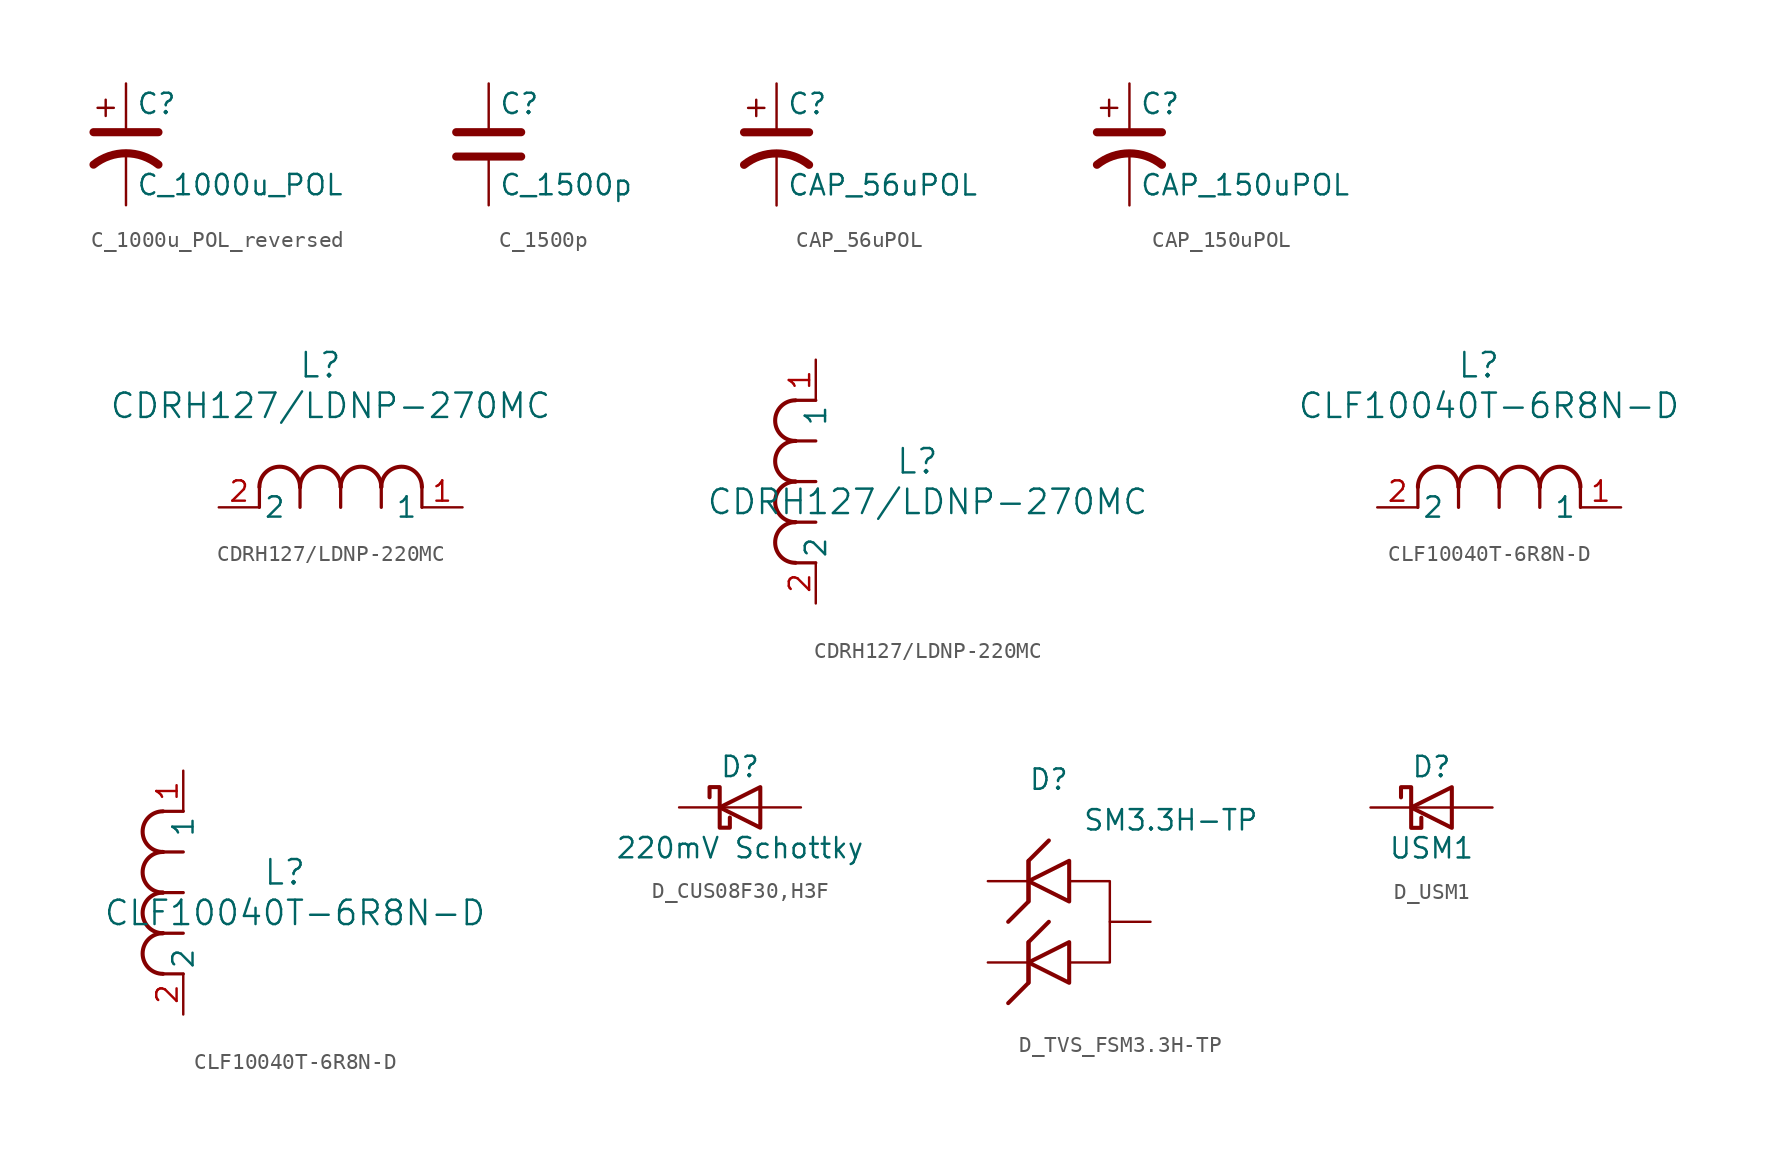
<source format=kicad_sym>
(kicad_symbol_lib
  (version 20231120)
  (generator "kicad_symbol_editor")
  (generator_version "8.0")
  (symbol "C_1000u_POL_reversed"
    (pin_numbers hide)
    (pin_names
      (offset 0.254) hide)
    (property "Reference" "C"
      (at 0.635 2.54 0)
      (effects (font (size 1.27 1.27)) (justify left)))
    (property "Value" "C_1000u_POL"
      (at 0.635 -2.54 0)
      (effects (font (size 1.27 1.27)) (justify left)))
    (symbol "C_1000u_POL_reversed_0_1"
      (polyline (pts (xy -2.032 0.762) (xy 2.032 0.762)) (stroke (width 0.508) (type default)) (fill (type none)))
      (polyline (pts (xy -1.778 2.286) (xy -0.762 2.286)) (stroke (width 0) (type default)) (fill (type none)))
      (polyline (pts (xy -1.27 1.778) (xy -1.27 2.794)) (stroke (width 0) (type default)) (fill (type none)))
      (arc (start 2.032 -1.27) (mid 0 -0.5572) (end -2.032 -1.27) (stroke (width 0.508) (type default)) (fill (type none))))
    (symbol "C_1000u_POL_reversed_1_1"
      (pin passive line (at 0 3.81 270) (length 2.794) (name "~" (effects (font (size 1.27 1.27)))) (number "1" (effects (font (size 1.27 1.27)))))
      (pin passive line (at 0 -3.81 90) (length 3.302) (name "~" (effects (font (size 1.27 1.27)))) (number "2" (effects (font (size 1.27 1.27)))))))
  (symbol "C_1500p"
    (pin_numbers hide)
    (pin_names
      (offset 0.254))
    (property "Reference" "C"
      (at 0.635 2.54 0)
      (effects (font (size 1.27 1.27)) (justify left)))
    (property "Value" "C_1500p"
      (at 0.635 -2.54 0)
      (effects (font (size 1.27 1.27)) (justify left)))
    (symbol "C_1500p_0_1"
      (polyline (pts (xy -2.032 -0.762) (xy 2.032 -0.762)) (stroke (width 0.508) (type default)) (fill (type none)))
      (polyline (pts (xy -2.032 0.762) (xy 2.032 0.762)) (stroke (width 0.508) (type default)) (fill (type none))))
    (symbol "C_1500p_1_1"
      (pin passive line (at 0 3.81 270) (length 2.794) (name "~" (effects (font (size 1.27 1.27)))) (number "1" (effects (font (size 1.27 1.27)))))
      (pin passive line (at 0 -3.81 90) (length 2.794) (name "~" (effects (font (size 1.27 1.27)))) (number "2" (effects (font (size 1.27 1.27)))))))
  (symbol "CAP_56uPOL"
    (pin_numbers hide)
    (pin_names
      (offset 0.254) hide)
    (property "Reference" "C"
      (at 0.635 2.54 0)
      (effects (font (size 1.27 1.27)) (justify left)))
    (property "Value" "CAP_56uPOL"
      (at 0.635 -2.54 0)
      (effects (font (size 1.27 1.27)) (justify left)))
    (symbol "CAP_56uPOL_0_1"
      (polyline (pts (xy -2.032 0.762) (xy 2.032 0.762)) (stroke (width 0.508) (type default)) (fill (type none)))
      (polyline (pts (xy -1.778 2.286) (xy -0.762 2.286)) (stroke (width 0) (type default)) (fill (type none)))
      (polyline (pts (xy -1.27 1.778) (xy -1.27 2.794)) (stroke (width 0) (type default)) (fill (type none)))
      (arc (start 2.032 -1.27) (mid 0 -0.5572) (end -2.032 -1.27) (stroke (width 0.508) (type default)) (fill (type none))))
    (symbol "CAP_56uPOL_1_1"
      (pin passive line (at 0 3.81 270) (length 2.794) (name "~" (effects (font (size 1.27 1.27)))) (number "1" (effects (font (size 1.27 1.27)))))
      (pin passive line (at 0 -3.81 90) (length 3.302) (name "~" (effects (font (size 1.27 1.27)))) (number "2" (effects (font (size 1.27 1.27)))))))
  (symbol "CAP_150uPOL"
    (pin_numbers hide)
    (pin_names
      (offset 0.254) hide)
    (property "Reference" "C"
      (at 0.635 2.54 0)
      (effects (font (size 1.27 1.27)) (justify left)))
    (property "Value" "CAP_150uPOL"
      (at 0.635 -2.54 0)
      (effects (font (size 1.27 1.27)) (justify left)))
    (symbol "CAP_150uPOL_0_1"
      (polyline (pts (xy -2.032 0.762) (xy 2.032 0.762)) (stroke (width 0.508) (type default)) (fill (type none)))
      (polyline (pts (xy -1.778 2.286) (xy -0.762 2.286)) (stroke (width 0) (type default)) (fill (type none)))
      (polyline (pts (xy -1.27 1.778) (xy -1.27 2.794)) (stroke (width 0) (type default)) (fill (type none)))
      (arc (start 2.032 -1.27) (mid 0 -0.5572) (end -2.032 -1.27) (stroke (width 0.508) (type default)) (fill (type none))))
    (symbol "CAP_150uPOL_1_1"
      (pin passive line (at 0 3.81 270) (length 2.794) (name "~" (effects (font (size 1.27 1.27)))) (number "1" (effects (font (size 1.27 1.27)))))
      (pin passive line (at 0 -3.81 90) (length 3.302) (name "~" (effects (font (size 1.27 1.27)))) (number "2" (effects (font (size 1.27 1.27)))))))
  (symbol "CDRH127/LDNP-220MC"
    (pin_names
      (offset 0.254))
    (property "Reference" "L"
      (at 6.35 8.89 0)
      (effects (font (size 1.524 1.524))))
    (property "Value" "CDRH127/LDNP-270MC"
      (at 6.985 6.35 0)
      (effects (font (size 1.524 1.524))))
    (symbol "CDRH127/LDNP-220MC_1_1"
      (polyline (pts (xy 2.54 0) (xy 2.54 1.27)) (stroke (width 0.203) (type default)) (fill (type none)))
      (polyline (pts (xy 5.08 0) (xy 5.08 1.27)) (stroke (width 0.203) (type default)) (fill (type none)))
      (polyline (pts (xy 7.62 0) (xy 7.62 1.27)) (stroke (width 0.203) (type default)) (fill (type none)))
      (polyline (pts (xy 10.16 0) (xy 10.16 1.27)) (stroke (width 0.203) (type default)) (fill (type none)))
      (polyline (pts (xy 12.7 0) (xy 12.7 1.27)) (stroke (width 0.203) (type default)) (fill (type none)))
      (arc (start 5.08 1.27) (mid 3.81 2.5345) (end 2.54 1.27) (stroke (width 0.254) (type default)) (fill (type none)))
      (arc (start 7.62 1.27) (mid 6.35 2.5345) (end 5.08 1.27) (stroke (width 0.254) (type default)) (fill (type none)))
      (arc (start 10.16 1.27) (mid 8.89 2.5345) (end 7.62 1.27) (stroke (width 0.254) (type default)) (fill (type none)))
      (arc (start 12.7 1.27) (mid 11.43 2.5345) (end 10.16 1.27) (stroke (width 0.254) (type default)) (fill (type none)))
      (pin unspecified line (at 15.24 0 180) (length 2.54) (name "1" (effects (font (size 1.27 1.27)))) (number "1" (effects (font (size 1.27 1.27)))))
      (pin unspecified line (at 0 0 0) (length 2.54) (name "2" (effects (font (size 1.27 1.27)))) (number "2" (effects (font (size 1.27 1.27))))))
    (symbol "CDRH127/LDNP-220MC_1_2"
      (arc (start -1.27 5.08) (mid -2.5345 3.81) (end -1.27 2.54) (stroke (width 0.254) (type default)) (fill (type none)))
      (arc (start -1.27 7.62) (mid -2.5345 6.35) (end -1.27 5.08) (stroke (width 0.254) (type default)) (fill (type none)))
      (arc (start -1.27 10.16) (mid -2.5345 8.89) (end -1.27 7.62) (stroke (width 0.254) (type default)) (fill (type none)))
      (arc (start -1.27 12.7) (mid -2.5345 11.43) (end -1.27 10.16) (stroke (width 0.254) (type default)) (fill (type none)))
      (polyline (pts (xy 0 2.54) (xy -1.27 2.54)) (stroke (width 0.203) (type default)) (fill (type none)))
      (polyline (pts (xy 0 5.08) (xy -1.27 5.08)) (stroke (width 0.203) (type default)) (fill (type none)))
      (polyline (pts (xy 0 7.62) (xy -1.27 7.62)) (stroke (width 0.203) (type default)) (fill (type none)))
      (polyline (pts (xy 0 10.16) (xy -1.27 10.16)) (stroke (width 0.203) (type default)) (fill (type none)))
      (polyline (pts (xy 0 12.7) (xy -1.27 12.7)) (stroke (width 0.203) (type default)) (fill (type none)))
      (pin unspecified line (at 0 15.24 270) (length 2.54) (name "1" (effects (font (size 1.27 1.27)))) (number "1" (effects (font (size 1.27 1.27)))))
      (pin unspecified line (at 0 0 90) (length 2.54) (name "2" (effects (font (size 1.27 1.27)))) (number "2" (effects (font (size 1.27 1.27)))))))
  (symbol "CLF10040T-6R8N-D"
    (pin_names
      (offset 0.254))
    (property "Reference" "L"
      (at 6.35 8.89 0)
      (effects (font (size 1.524 1.524))))
    (property "Value" "CLF10040T-6R8N-D"
      (at 6.985 6.35 0)
      (effects (font (size 1.524 1.524))))
    (symbol "CLF10040T-6R8N-D_1_1"
      (polyline (pts (xy 2.54 0) (xy 2.54 1.27)) (stroke (width 0.203) (type default)) (fill (type none)))
      (polyline (pts (xy 5.08 0) (xy 5.08 1.27)) (stroke (width 0.203) (type default)) (fill (type none)))
      (polyline (pts (xy 7.62 0) (xy 7.62 1.27)) (stroke (width 0.203) (type default)) (fill (type none)))
      (polyline (pts (xy 10.16 0) (xy 10.16 1.27)) (stroke (width 0.203) (type default)) (fill (type none)))
      (polyline (pts (xy 12.7 0) (xy 12.7 1.27)) (stroke (width 0.203) (type default)) (fill (type none)))
      (arc (start 5.08 1.27) (mid 3.81 2.5345) (end 2.54 1.27) (stroke (width 0.254) (type default)) (fill (type none)))
      (arc (start 7.62 1.27) (mid 6.35 2.5345) (end 5.08 1.27) (stroke (width 0.254) (type default)) (fill (type none)))
      (arc (start 10.16 1.27) (mid 8.89 2.5345) (end 7.62 1.27) (stroke (width 0.254) (type default)) (fill (type none)))
      (arc (start 12.7 1.27) (mid 11.43 2.5345) (end 10.16 1.27) (stroke (width 0.254) (type default)) (fill (type none)))
      (pin unspecified line (at 15.24 0 180) (length 2.54) (name "1" (effects (font (size 1.27 1.27)))) (number "1" (effects (font (size 1.27 1.27)))))
      (pin unspecified line (at 0 0 0) (length 2.54) (name "2" (effects (font (size 1.27 1.27)))) (number "2" (effects (font (size 1.27 1.27))))))
    (symbol "CLF10040T-6R8N-D_1_2"
      (arc (start -1.27 5.08) (mid -2.5345 3.81) (end -1.27 2.54) (stroke (width 0.254) (type default)) (fill (type none)))
      (arc (start -1.27 7.62) (mid -2.5345 6.35) (end -1.27 5.08) (stroke (width 0.254) (type default)) (fill (type none)))
      (arc (start -1.27 10.16) (mid -2.5345 8.89) (end -1.27 7.62) (stroke (width 0.254) (type default)) (fill (type none)))
      (arc (start -1.27 12.7) (mid -2.5345 11.43) (end -1.27 10.16) (stroke (width 0.254) (type default)) (fill (type none)))
      (polyline (pts (xy 0 2.54) (xy -1.27 2.54)) (stroke (width 0.203) (type default)) (fill (type none)))
      (polyline (pts (xy 0 5.08) (xy -1.27 5.08)) (stroke (width 0.203) (type default)) (fill (type none)))
      (polyline (pts (xy 0 7.62) (xy -1.27 7.62)) (stroke (width 0.203) (type default)) (fill (type none)))
      (polyline (pts (xy 0 10.16) (xy -1.27 10.16)) (stroke (width 0.203) (type default)) (fill (type none)))
      (polyline (pts (xy 0 12.7) (xy -1.27 12.7)) (stroke (width 0.203) (type default)) (fill (type none)))
      (pin unspecified line (at 0 15.24 270) (length 2.54) (name "1" (effects (font (size 1.27 1.27)))) (number "1" (effects (font (size 1.27 1.27)))))
      (pin unspecified line (at 0 0 90) (length 2.54) (name "2" (effects (font (size 1.27 1.27)))) (number "2" (effects (font (size 1.27 1.27)))))))
  (symbol "D_CUS08F30,H3F"
    (pin_numbers hide)
    (pin_names
      (offset 1.016) hide)
    (property "Reference" "D"
      (at 0 2.54 0)
      (effects (font (size 1.27 1.27))))
    (property "Value" "220mV Schottky"
      (at 0 -2.54 0)
      (effects (font (size 1.27 1.27))))
    (symbol "D_CUS08F30,H3F_0_1"
      (polyline (pts (xy 1.27 0) (xy -1.27 0)) (stroke (width 0) (type default)) (fill (type none)))
      (polyline (pts (xy 1.27 1.27) (xy 1.27 -1.27) (xy -1.27 0) (xy 1.27 1.27)) (stroke (width 0.254) (type default)) (fill (type none)))
      (polyline (pts (xy -1.905 0.635) (xy -1.905 1.27) (xy -1.27 1.27) (xy -1.27 -1.27) (xy -0.635 -1.27) (xy -0.635 -0.635)) (stroke (width 0.254) (type default)) (fill (type none))))
    (symbol "D_CUS08F30,H3F_1_1"
      (pin passive line (at -3.81 0 0) (length 2.54) (name "K" (effects (font (size 1.27 1.27)))) (number "1" (effects (font (size 1.27 1.27)))))
      (pin passive line (at 3.81 0 180) (length 2.54) (name "A" (effects (font (size 1.27 1.27)))) (number "2" (effects (font (size 1.27 1.27)))))))
  (symbol "D_TVS_FSM3.3H-TP"
    (pin_numbers hide)
    (pin_names
      (offset 1.016) hide)
    (property "Reference" "D"
      (at 0 8.89 0)
      (effects (font (size 1.27 1.27))))
    (property "Value" "SM3.3H-TP"
      (at 7.62 6.35 0)
      (effects (font (size 1.27 1.27))))
    (symbol "D_TVS_FSM3.3H-TP_0_1"
      (polyline (pts (xy -1.27 -3.81) (xy -1.27 -1.27) (xy 0 0)) (stroke (width 0.254) (type default)) (fill (type none)))
      (polyline (pts (xy -1.27 -1.27) (xy -1.27 -3.81) (xy -2.54 -5.08)) (stroke (width 0.254) (type default)) (fill (type none)))
      (polyline (pts (xy -1.27 1.27) (xy -1.27 3.81) (xy 0 5.08)) (stroke (width 0.254) (type default)) (fill (type none)))
      (polyline (pts (xy -1.27 3.81) (xy -1.27 1.27) (xy -2.54 0)) (stroke (width 0.254) (type default)) (fill (type none)))
      (polyline (pts (xy 1.27 -3.81) (xy 1.27 -1.27) (xy -1.27 -2.54) (xy 1.27 -3.81)) (stroke (width 0.254) (type default)) (fill (type none)))
      (polyline (pts (xy 1.27 1.27) (xy 1.27 3.81) (xy -1.27 2.54) (xy 1.27 1.27)) (stroke (width 0.254) (type default)) (fill (type none)))
      (polyline (pts (xy 1.27 2.54) (xy 3.81 2.54) (xy 3.81 -2.54) (xy 1.27 -2.54)) (stroke (width 0) (type default)) (fill (type none))))
    (symbol "D_TVS_FSM3.3H-TP_1_1"
      (pin passive line (at -3.81 2.54 0) (length 2.54) (name "~" (effects (font (size 1.27 1.27)))) (number "1" (effects (font (size 1.27 1.27)))))
      (pin passive line (at -3.81 -2.54 0) (length 2.54) (name "~" (effects (font (size 1.27 1.27)))) (number "2" (effects (font (size 1.27 1.27)))))
      (pin passive line (at 6.35 0 180) (length 2.54) (name "~" (effects (font (size 1.27 1.27)))) (number "3" (effects (font (size 1.27 1.27)))))))
  (symbol "D_USM1"
    (pin_numbers hide)
    (pin_names
      (offset 1.016) hide)
    (property "Reference" "D"
      (at 0 2.54 0)
      (effects (font (size 1.27 1.27))))
    (property "Value" "USM1"
      (at 0 -2.54 0)
      (effects (font (size 1.27 1.27))))
    (symbol "D_USM1_0_1"
      (polyline (pts (xy 1.27 0) (xy -1.27 0)) (stroke (width 0) (type default)) (fill (type none)))
      (polyline (pts (xy 1.27 1.27) (xy 1.27 -1.27) (xy -1.27 0) (xy 1.27 1.27)) (stroke (width 0.254) (type default)) (fill (type none)))
      (polyline (pts (xy -1.905 0.635) (xy -1.905 1.27) (xy -1.27 1.27) (xy -1.27 -1.27) (xy -0.635 -1.27) (xy -0.635 -0.635)) (stroke (width 0.254) (type default)) (fill (type none))))
    (symbol "D_USM1_1_1"
      (pin passive line (at -3.81 0 0) (length 2.54) (name "K" (effects (font (size 1.27 1.27)))) (number "1" (effects (font (size 1.27 1.27)))))
      (pin passive line (at 3.81 0 180) (length 2.54) (name "A" (effects (font (size 1.27 1.27)))) (number "2" (effects (font (size 1.27 1.27))))))))
</source>
